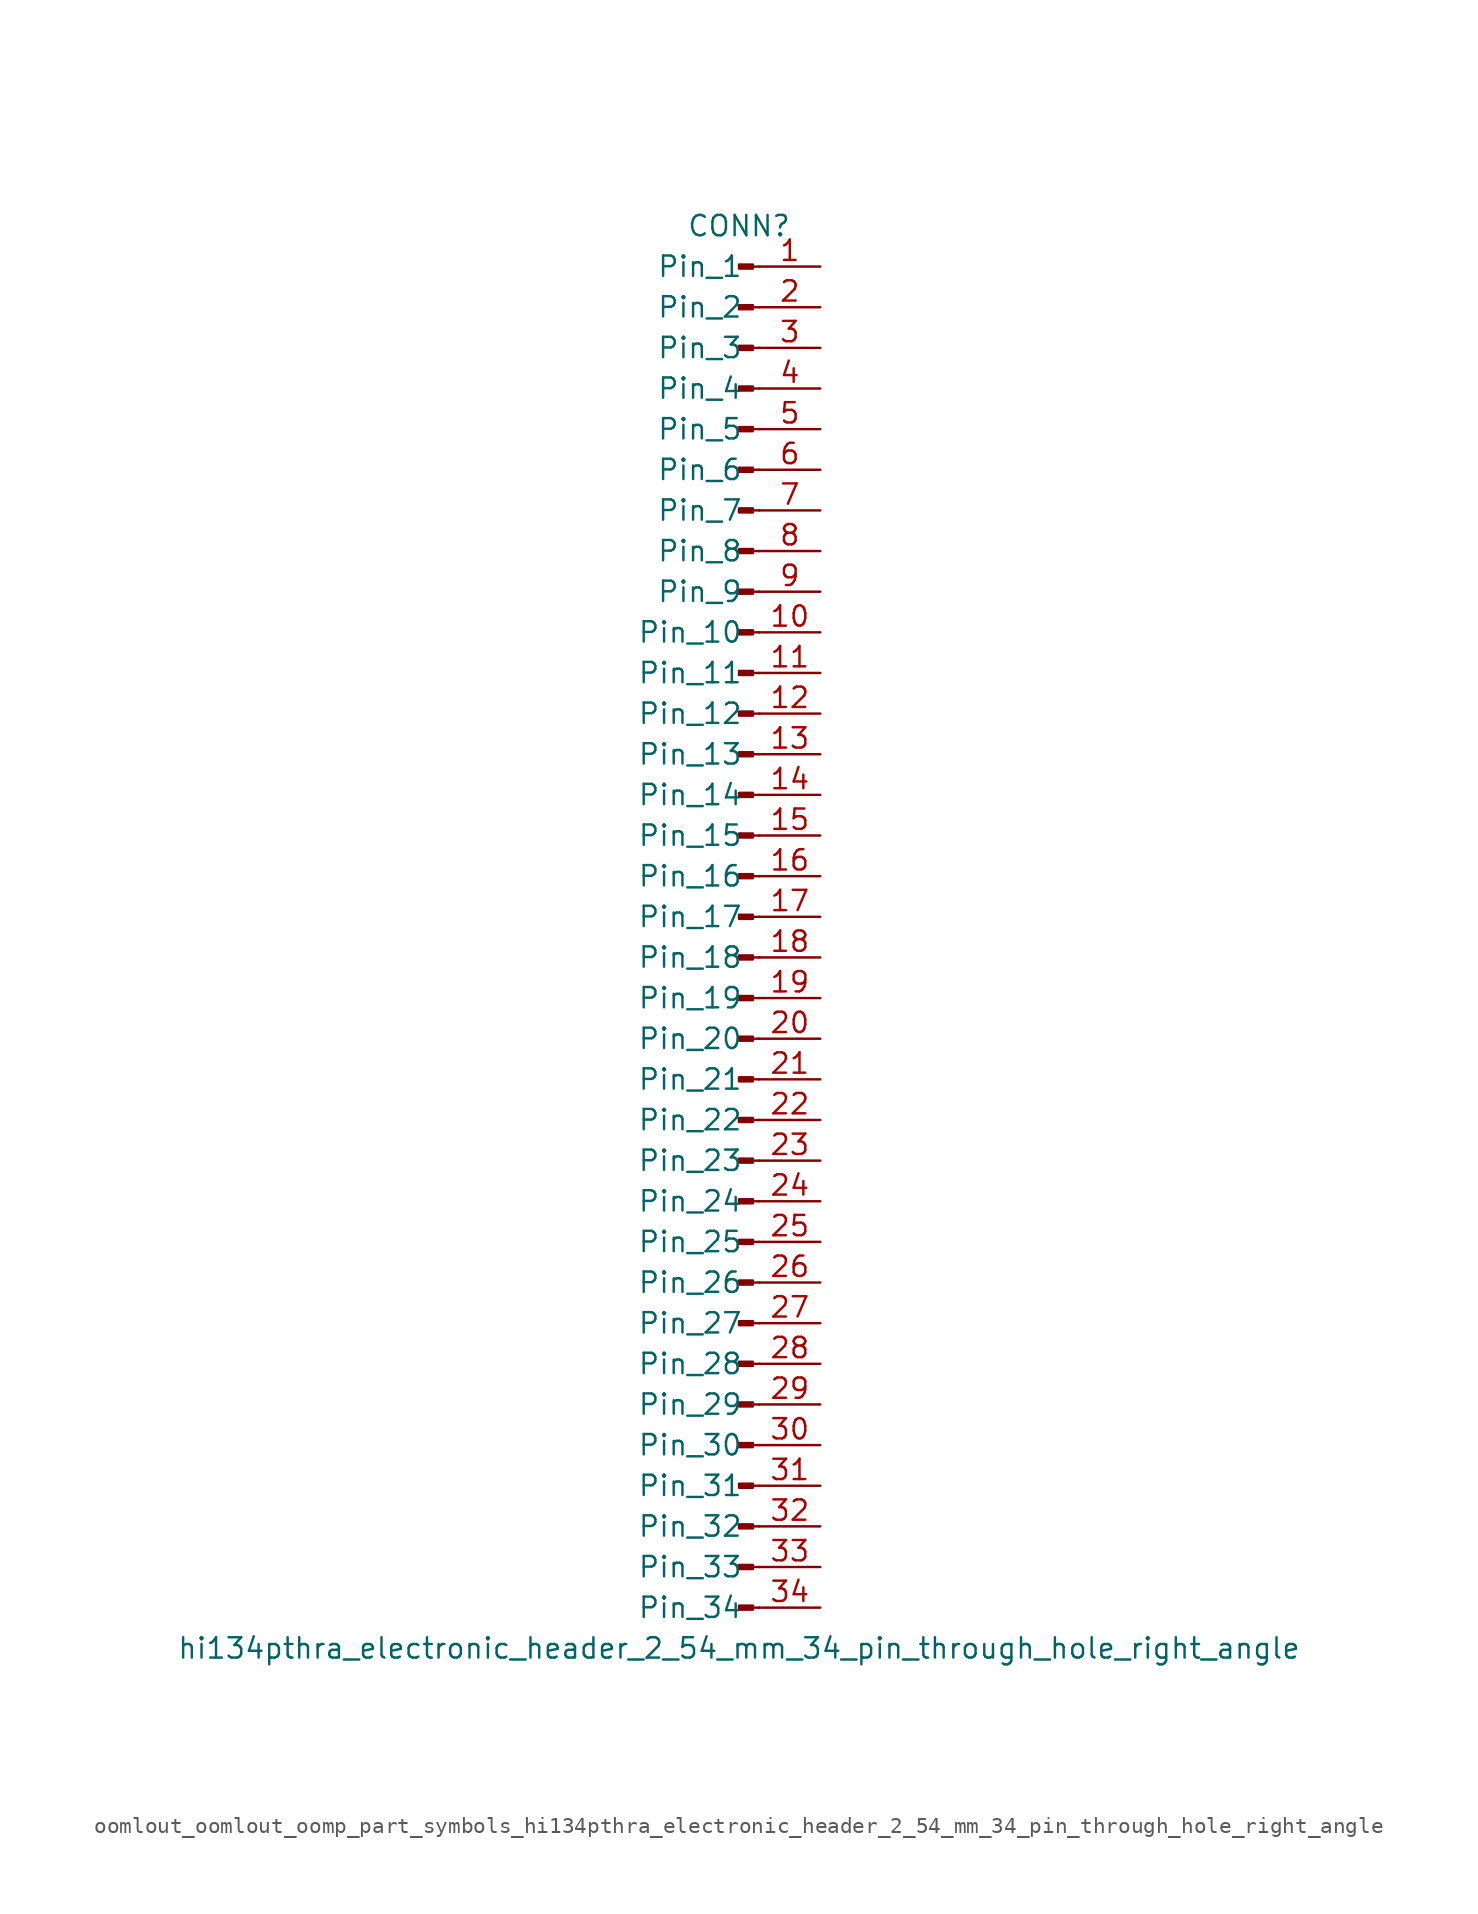
<source format=kicad_sym>
(kicad_symbol_lib
  (version 20220914)
  (generator kicad_symbol_editor)
  (symbol "oomlout_oomlout_oomp_part_symbols_hi134pthra_electronic_header_2_54_mm_34_pin_through_hole_right_angle"
    (pin_names
      (offset 1.016))
    (property "Reference" "CONN"
      (at 0 43.18 0)
      (effects (font (size 1.27 1.27))))
    (property "Value" "hi134pthra_electronic_header_2_54_mm_34_pin_through_hole_right_angle"
      (at 0 -45.72 0)
      (effects (font (size 1.27 1.27))))
    (property "ki_locked" ""
      (at 0 0 0)
      (effects (font (size 1.27 1.27))))
    (symbol "oomlout_oomlout_oomp_part_symbols_hi134pthra_electronic_header_2_54_mm_34_pin_through_hole_right_angle_1_1"
      (polyline (pts (xy 1.27 -43.18) (xy 0.864 -43.18)) (stroke (width 0.152) (type default)) (fill (type none)))
      (polyline (pts (xy 1.27 -40.64) (xy 0.864 -40.64)) (stroke (width 0.152) (type default)) (fill (type none)))
      (polyline (pts (xy 1.27 -38.1) (xy 0.864 -38.1)) (stroke (width 0.152) (type default)) (fill (type none)))
      (polyline (pts (xy 1.27 -35.56) (xy 0.864 -35.56)) (stroke (width 0.152) (type default)) (fill (type none)))
      (polyline (pts (xy 1.27 -33.02) (xy 0.864 -33.02)) (stroke (width 0.152) (type default)) (fill (type none)))
      (polyline (pts (xy 1.27 -30.48) (xy 0.864 -30.48)) (stroke (width 0.152) (type default)) (fill (type none)))
      (polyline (pts (xy 1.27 -27.94) (xy 0.864 -27.94)) (stroke (width 0.152) (type default)) (fill (type none)))
      (polyline (pts (xy 1.27 -25.4) (xy 0.864 -25.4)) (stroke (width 0.152) (type default)) (fill (type none)))
      (polyline (pts (xy 1.27 -22.86) (xy 0.864 -22.86)) (stroke (width 0.152) (type default)) (fill (type none)))
      (polyline (pts (xy 1.27 -20.32) (xy 0.864 -20.32)) (stroke (width 0.152) (type default)) (fill (type none)))
      (polyline (pts (xy 1.27 -17.78) (xy 0.864 -17.78)) (stroke (width 0.152) (type default)) (fill (type none)))
      (polyline (pts (xy 1.27 -15.24) (xy 0.864 -15.24)) (stroke (width 0.152) (type default)) (fill (type none)))
      (polyline (pts (xy 1.27 -12.7) (xy 0.864 -12.7)) (stroke (width 0.152) (type default)) (fill (type none)))
      (polyline (pts (xy 1.27 -10.16) (xy 0.864 -10.16)) (stroke (width 0.152) (type default)) (fill (type none)))
      (polyline (pts (xy 1.27 -7.62) (xy 0.864 -7.62)) (stroke (width 0.152) (type default)) (fill (type none)))
      (polyline (pts (xy 1.27 -5.08) (xy 0.864 -5.08)) (stroke (width 0.152) (type default)) (fill (type none)))
      (polyline (pts (xy 1.27 -2.54) (xy 0.864 -2.54)) (stroke (width 0.152) (type default)) (fill (type none)))
      (polyline (pts (xy 1.27 0) (xy 0.864 0)) (stroke (width 0.152) (type default)) (fill (type none)))
      (polyline (pts (xy 1.27 2.54) (xy 0.864 2.54)) (stroke (width 0.152) (type default)) (fill (type none)))
      (polyline (pts (xy 1.27 5.08) (xy 0.864 5.08)) (stroke (width 0.152) (type default)) (fill (type none)))
      (polyline (pts (xy 1.27 7.62) (xy 0.864 7.62)) (stroke (width 0.152) (type default)) (fill (type none)))
      (polyline (pts (xy 1.27 10.16) (xy 0.864 10.16)) (stroke (width 0.152) (type default)) (fill (type none)))
      (polyline (pts (xy 1.27 12.7) (xy 0.864 12.7)) (stroke (width 0.152) (type default)) (fill (type none)))
      (polyline (pts (xy 1.27 15.24) (xy 0.864 15.24)) (stroke (width 0.152) (type default)) (fill (type none)))
      (polyline (pts (xy 1.27 17.78) (xy 0.864 17.78)) (stroke (width 0.152) (type default)) (fill (type none)))
      (polyline (pts (xy 1.27 20.32) (xy 0.864 20.32)) (stroke (width 0.152) (type default)) (fill (type none)))
      (polyline (pts (xy 1.27 22.86) (xy 0.864 22.86)) (stroke (width 0.152) (type default)) (fill (type none)))
      (polyline (pts (xy 1.27 25.4) (xy 0.864 25.4)) (stroke (width 0.152) (type default)) (fill (type none)))
      (polyline (pts (xy 1.27 27.94) (xy 0.864 27.94)) (stroke (width 0.152) (type default)) (fill (type none)))
      (polyline (pts (xy 1.27 30.48) (xy 0.864 30.48)) (stroke (width 0.152) (type default)) (fill (type none)))
      (polyline (pts (xy 1.27 33.02) (xy 0.864 33.02)) (stroke (width 0.152) (type default)) (fill (type none)))
      (polyline (pts (xy 1.27 35.56) (xy 0.864 35.56)) (stroke (width 0.152) (type default)) (fill (type none)))
      (polyline (pts (xy 1.27 38.1) (xy 0.864 38.1)) (stroke (width 0.152) (type default)) (fill (type none)))
      (polyline (pts (xy 1.27 40.64) (xy 0.864 40.64)) (stroke (width 0.152) (type default)) (fill (type none)))
      (rectangle (start 0.864 -43.053) (end 0 -43.307) (stroke (width 0.152) (type default)) (fill (type outline)))
      (rectangle (start 0.864 -40.513) (end 0 -40.767) (stroke (width 0.152) (type default)) (fill (type outline)))
      (rectangle (start 0.864 -37.973) (end 0 -38.227) (stroke (width 0.152) (type default)) (fill (type outline)))
      (rectangle (start 0.864 -35.433) (end 0 -35.687) (stroke (width 0.152) (type default)) (fill (type outline)))
      (rectangle (start 0.864 -32.893) (end 0 -33.147) (stroke (width 0.152) (type default)) (fill (type outline)))
      (rectangle (start 0.864 -30.353) (end 0 -30.607) (stroke (width 0.152) (type default)) (fill (type outline)))
      (rectangle (start 0.864 -27.813) (end 0 -28.067) (stroke (width 0.152) (type default)) (fill (type outline)))
      (rectangle (start 0.864 -25.273) (end 0 -25.527) (stroke (width 0.152) (type default)) (fill (type outline)))
      (rectangle (start 0.864 -22.733) (end 0 -22.987) (stroke (width 0.152) (type default)) (fill (type outline)))
      (rectangle (start 0.864 -20.193) (end 0 -20.447) (stroke (width 0.152) (type default)) (fill (type outline)))
      (rectangle (start 0.864 -17.653) (end 0 -17.907) (stroke (width 0.152) (type default)) (fill (type outline)))
      (rectangle (start 0.864 -15.113) (end 0 -15.367) (stroke (width 0.152) (type default)) (fill (type outline)))
      (rectangle (start 0.864 -12.573) (end 0 -12.827) (stroke (width 0.152) (type default)) (fill (type outline)))
      (rectangle (start 0.864 -10.033) (end 0 -10.287) (stroke (width 0.152) (type default)) (fill (type outline)))
      (rectangle (start 0.864 -7.493) (end 0 -7.747) (stroke (width 0.152) (type default)) (fill (type outline)))
      (rectangle (start 0.864 -4.953) (end 0 -5.207) (stroke (width 0.152) (type default)) (fill (type outline)))
      (rectangle (start 0.864 -2.413) (end 0 -2.667) (stroke (width 0.152) (type default)) (fill (type outline)))
      (rectangle (start 0.864 0.127) (end 0 -0.127) (stroke (width 0.152) (type default)) (fill (type outline)))
      (rectangle (start 0.864 2.667) (end 0 2.413) (stroke (width 0.152) (type default)) (fill (type outline)))
      (rectangle (start 0.864 5.207) (end 0 4.953) (stroke (width 0.152) (type default)) (fill (type outline)))
      (rectangle (start 0.864 7.747) (end 0 7.493) (stroke (width 0.152) (type default)) (fill (type outline)))
      (rectangle (start 0.864 10.287) (end 0 10.033) (stroke (width 0.152) (type default)) (fill (type outline)))
      (rectangle (start 0.864 12.827) (end 0 12.573) (stroke (width 0.152) (type default)) (fill (type outline)))
      (rectangle (start 0.864 15.367) (end 0 15.113) (stroke (width 0.152) (type default)) (fill (type outline)))
      (rectangle (start 0.864 17.907) (end 0 17.653) (stroke (width 0.152) (type default)) (fill (type outline)))
      (rectangle (start 0.864 20.447) (end 0 20.193) (stroke (width 0.152) (type default)) (fill (type outline)))
      (rectangle (start 0.864 22.987) (end 0 22.733) (stroke (width 0.152) (type default)) (fill (type outline)))
      (rectangle (start 0.864 25.527) (end 0 25.273) (stroke (width 0.152) (type default)) (fill (type outline)))
      (rectangle (start 0.864 28.067) (end 0 27.813) (stroke (width 0.152) (type default)) (fill (type outline)))
      (rectangle (start 0.864 30.607) (end 0 30.353) (stroke (width 0.152) (type default)) (fill (type outline)))
      (rectangle (start 0.864 33.147) (end 0 32.893) (stroke (width 0.152) (type default)) (fill (type outline)))
      (rectangle (start 0.864 35.687) (end 0 35.433) (stroke (width 0.152) (type default)) (fill (type outline)))
      (rectangle (start 0.864 38.227) (end 0 37.973) (stroke (width 0.152) (type default)) (fill (type outline)))
      (rectangle (start 0.864 40.767) (end 0 40.513) (stroke (width 0.152) (type default)) (fill (type outline)))
      (pin passive line (at 5.08 40.64 180) (length 3.81) (name "Pin_1" (effects (font (size 1.27 1.27)))) (number "1" (effects (font (size 1.27 1.27)))))
      (pin passive line (at 5.08 17.78 180) (length 3.81) (name "Pin_10" (effects (font (size 1.27 1.27)))) (number "10" (effects (font (size 1.27 1.27)))))
      (pin passive line (at 5.08 15.24 180) (length 3.81) (name "Pin_11" (effects (font (size 1.27 1.27)))) (number "11" (effects (font (size 1.27 1.27)))))
      (pin passive line (at 5.08 12.7 180) (length 3.81) (name "Pin_12" (effects (font (size 1.27 1.27)))) (number "12" (effects (font (size 1.27 1.27)))))
      (pin passive line (at 5.08 10.16 180) (length 3.81) (name "Pin_13" (effects (font (size 1.27 1.27)))) (number "13" (effects (font (size 1.27 1.27)))))
      (pin passive line (at 5.08 7.62 180) (length 3.81) (name "Pin_14" (effects (font (size 1.27 1.27)))) (number "14" (effects (font (size 1.27 1.27)))))
      (pin passive line (at 5.08 5.08 180) (length 3.81) (name "Pin_15" (effects (font (size 1.27 1.27)))) (number "15" (effects (font (size 1.27 1.27)))))
      (pin passive line (at 5.08 2.54 180) (length 3.81) (name "Pin_16" (effects (font (size 1.27 1.27)))) (number "16" (effects (font (size 1.27 1.27)))))
      (pin passive line (at 5.08 0 180) (length 3.81) (name "Pin_17" (effects (font (size 1.27 1.27)))) (number "17" (effects (font (size 1.27 1.27)))))
      (pin passive line (at 5.08 -2.54 180) (length 3.81) (name "Pin_18" (effects (font (size 1.27 1.27)))) (number "18" (effects (font (size 1.27 1.27)))))
      (pin passive line (at 5.08 -5.08 180) (length 3.81) (name "Pin_19" (effects (font (size 1.27 1.27)))) (number "19" (effects (font (size 1.27 1.27)))))
      (pin passive line (at 5.08 38.1 180) (length 3.81) (name "Pin_2" (effects (font (size 1.27 1.27)))) (number "2" (effects (font (size 1.27 1.27)))))
      (pin passive line (at 5.08 -7.62 180) (length 3.81) (name "Pin_20" (effects (font (size 1.27 1.27)))) (number "20" (effects (font (size 1.27 1.27)))))
      (pin passive line (at 5.08 -10.16 180) (length 3.81) (name "Pin_21" (effects (font (size 1.27 1.27)))) (number "21" (effects (font (size 1.27 1.27)))))
      (pin passive line (at 5.08 -12.7 180) (length 3.81) (name "Pin_22" (effects (font (size 1.27 1.27)))) (number "22" (effects (font (size 1.27 1.27)))))
      (pin passive line (at 5.08 -15.24 180) (length 3.81) (name "Pin_23" (effects (font (size 1.27 1.27)))) (number "23" (effects (font (size 1.27 1.27)))))
      (pin passive line (at 5.08 -17.78 180) (length 3.81) (name "Pin_24" (effects (font (size 1.27 1.27)))) (number "24" (effects (font (size 1.27 1.27)))))
      (pin passive line (at 5.08 -20.32 180) (length 3.81) (name "Pin_25" (effects (font (size 1.27 1.27)))) (number "25" (effects (font (size 1.27 1.27)))))
      (pin passive line (at 5.08 -22.86 180) (length 3.81) (name "Pin_26" (effects (font (size 1.27 1.27)))) (number "26" (effects (font (size 1.27 1.27)))))
      (pin passive line (at 5.08 -25.4 180) (length 3.81) (name "Pin_27" (effects (font (size 1.27 1.27)))) (number "27" (effects (font (size 1.27 1.27)))))
      (pin passive line (at 5.08 -27.94 180) (length 3.81) (name "Pin_28" (effects (font (size 1.27 1.27)))) (number "28" (effects (font (size 1.27 1.27)))))
      (pin passive line (at 5.08 -30.48 180) (length 3.81) (name "Pin_29" (effects (font (size 1.27 1.27)))) (number "29" (effects (font (size 1.27 1.27)))))
      (pin passive line (at 5.08 35.56 180) (length 3.81) (name "Pin_3" (effects (font (size 1.27 1.27)))) (number "3" (effects (font (size 1.27 1.27)))))
      (pin passive line (at 5.08 -33.02 180) (length 3.81) (name "Pin_30" (effects (font (size 1.27 1.27)))) (number "30" (effects (font (size 1.27 1.27)))))
      (pin passive line (at 5.08 -35.56 180) (length 3.81) (name "Pin_31" (effects (font (size 1.27 1.27)))) (number "31" (effects (font (size 1.27 1.27)))))
      (pin passive line (at 5.08 -38.1 180) (length 3.81) (name "Pin_32" (effects (font (size 1.27 1.27)))) (number "32" (effects (font (size 1.27 1.27)))))
      (pin passive line (at 5.08 -40.64 180) (length 3.81) (name "Pin_33" (effects (font (size 1.27 1.27)))) (number "33" (effects (font (size 1.27 1.27)))))
      (pin passive line (at 5.08 -43.18 180) (length 3.81) (name "Pin_34" (effects (font (size 1.27 1.27)))) (number "34" (effects (font (size 1.27 1.27)))))
      (pin passive line (at 5.08 33.02 180) (length 3.81) (name "Pin_4" (effects (font (size 1.27 1.27)))) (number "4" (effects (font (size 1.27 1.27)))))
      (pin passive line (at 5.08 30.48 180) (length 3.81) (name "Pin_5" (effects (font (size 1.27 1.27)))) (number "5" (effects (font (size 1.27 1.27)))))
      (pin passive line (at 5.08 27.94 180) (length 3.81) (name "Pin_6" (effects (font (size 1.27 1.27)))) (number "6" (effects (font (size 1.27 1.27)))))
      (pin passive line (at 5.08 25.4 180) (length 3.81) (name "Pin_7" (effects (font (size 1.27 1.27)))) (number "7" (effects (font (size 1.27 1.27)))))
      (pin passive line (at 5.08 22.86 180) (length 3.81) (name "Pin_8" (effects (font (size 1.27 1.27)))) (number "8" (effects (font (size 1.27 1.27)))))
      (pin passive line (at 5.08 20.32 180) (length 3.81) (name "Pin_9" (effects (font (size 1.27 1.27)))) (number "9" (effects (font (size 1.27 1.27))))))))
</source>
